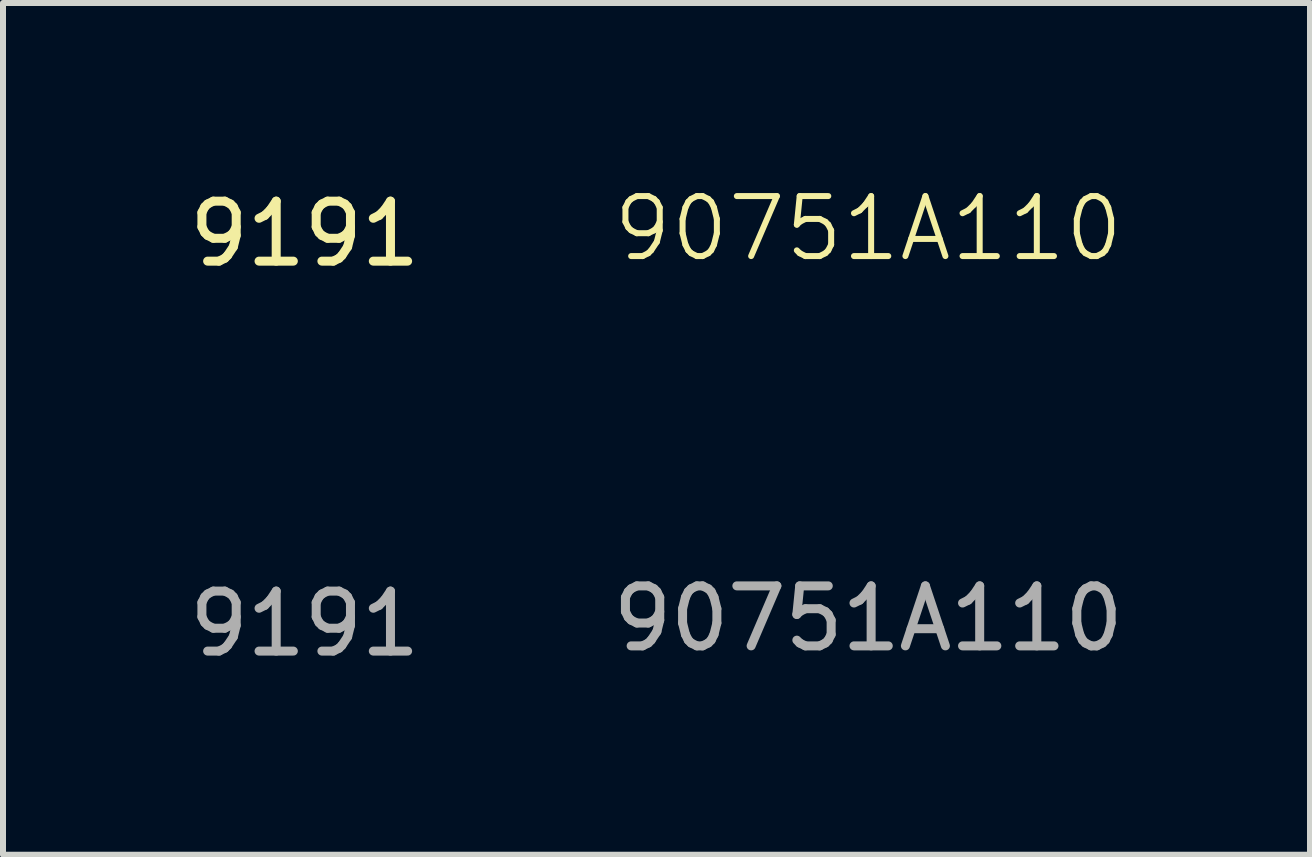
<source format=kicad_pcb>
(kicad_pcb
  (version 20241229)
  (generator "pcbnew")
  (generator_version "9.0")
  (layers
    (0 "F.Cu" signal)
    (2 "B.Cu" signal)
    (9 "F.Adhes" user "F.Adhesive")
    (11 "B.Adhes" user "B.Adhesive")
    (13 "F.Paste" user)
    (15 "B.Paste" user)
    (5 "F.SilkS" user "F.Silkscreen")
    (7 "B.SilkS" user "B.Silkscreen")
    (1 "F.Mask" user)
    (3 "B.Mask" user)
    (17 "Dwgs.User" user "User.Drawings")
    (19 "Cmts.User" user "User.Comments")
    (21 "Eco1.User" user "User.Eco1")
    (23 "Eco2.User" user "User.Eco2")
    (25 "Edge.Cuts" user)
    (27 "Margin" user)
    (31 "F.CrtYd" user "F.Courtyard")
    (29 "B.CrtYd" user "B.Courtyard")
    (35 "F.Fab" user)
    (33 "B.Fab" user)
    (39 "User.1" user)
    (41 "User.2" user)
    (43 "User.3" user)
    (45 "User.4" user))
  (footprint "90751A110"
    (layer "F.Cu")
    (at 11.423 4.761)
    (property "Reference" "90751A110" (at 0 -4 0) (unlocked yes) (layer "F.SilkS") (effects (font (size 1 1) (thickness 0.1))))
    (fp_text user "${REFERENCE}" (at 0 2.5 0) (unlocked yes) (layer "F.Fab") (effects (font (size 1 1) (thickness 0.15)))))
  (footprint "9191"
    (layer "F.Cu")
    (at 2.03 4.848)
    (property "Reference" "9191" (at 0 -4 0) (unlocked yes) (layer "F.SilkS") (effects (font (size 1 1) (thickness 0.15))))
    (fp_text user "${REFERENCE}" (at 0 2.5 0) (unlocked yes) (layer "F.Fab") (effects (font (size 1 1) (thickness 0.15)))))
  (gr_rect
    (start -3 -3)
    (end 18.786 11.197)
    (stroke (width 0.1) (type default))
    (fill no)
    (layer "Edge.Cuts")))
</source>
